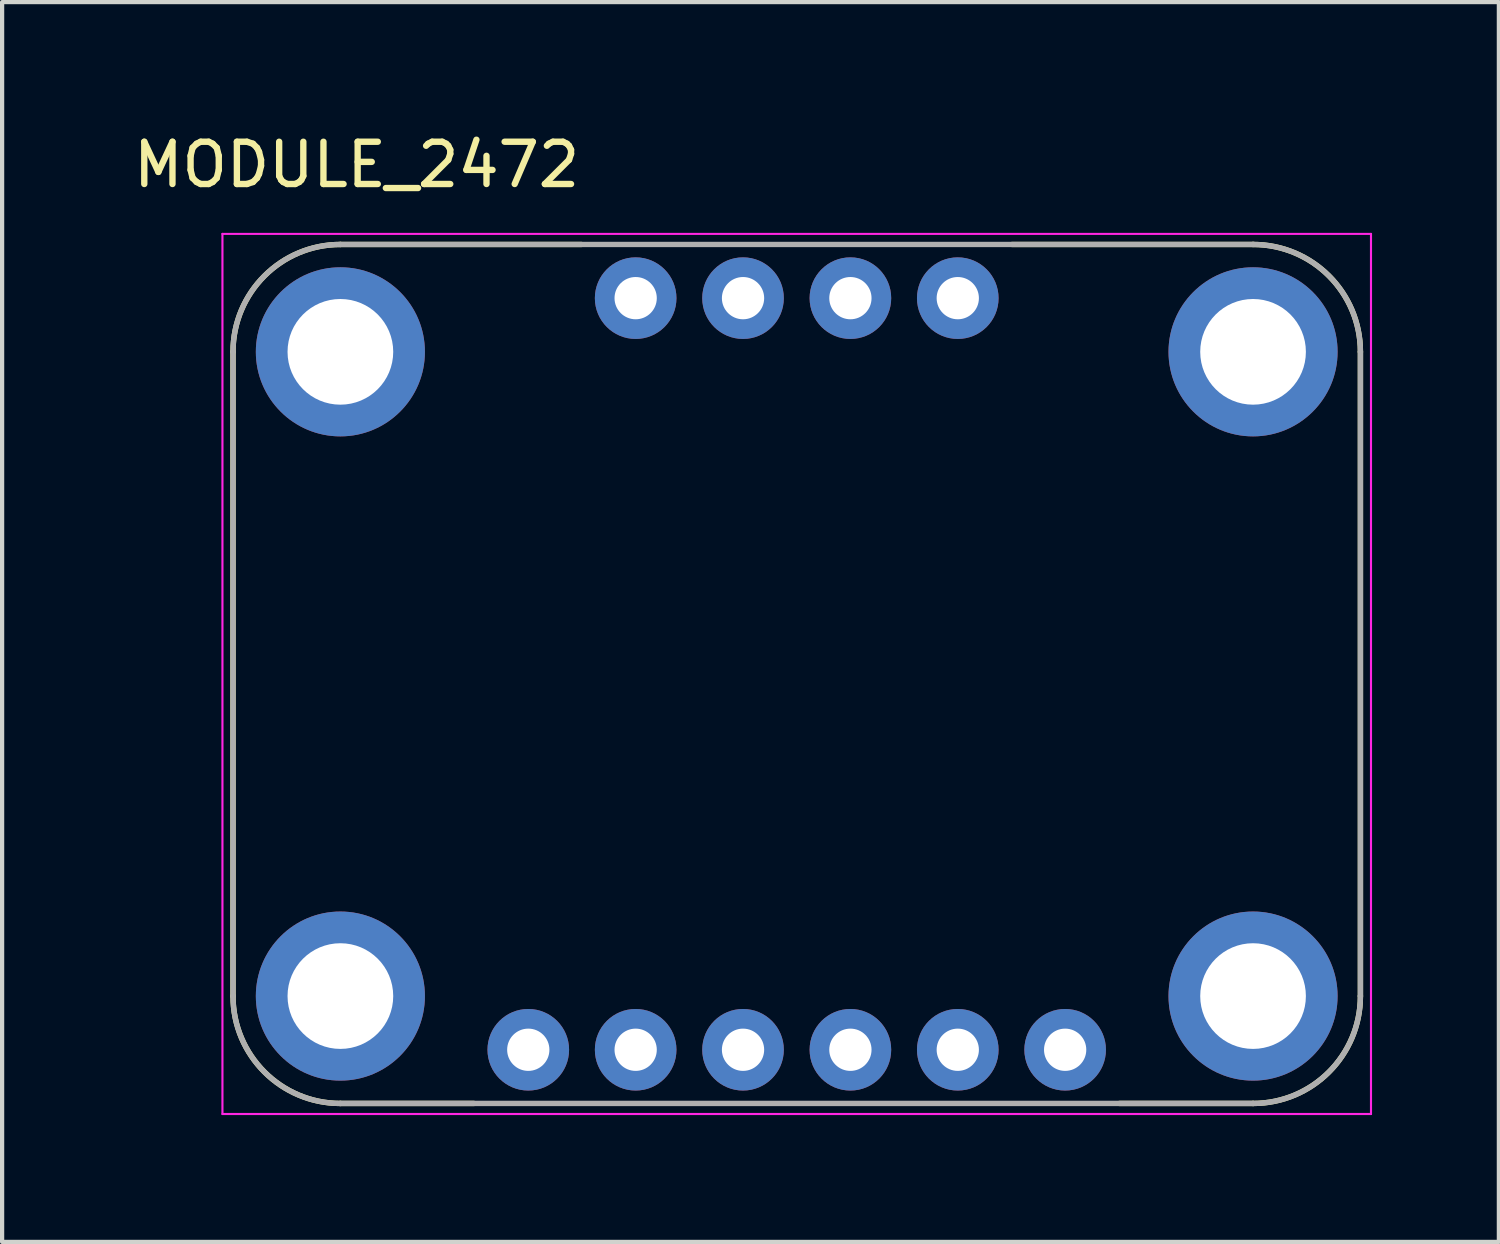
<source format=kicad_pcb>
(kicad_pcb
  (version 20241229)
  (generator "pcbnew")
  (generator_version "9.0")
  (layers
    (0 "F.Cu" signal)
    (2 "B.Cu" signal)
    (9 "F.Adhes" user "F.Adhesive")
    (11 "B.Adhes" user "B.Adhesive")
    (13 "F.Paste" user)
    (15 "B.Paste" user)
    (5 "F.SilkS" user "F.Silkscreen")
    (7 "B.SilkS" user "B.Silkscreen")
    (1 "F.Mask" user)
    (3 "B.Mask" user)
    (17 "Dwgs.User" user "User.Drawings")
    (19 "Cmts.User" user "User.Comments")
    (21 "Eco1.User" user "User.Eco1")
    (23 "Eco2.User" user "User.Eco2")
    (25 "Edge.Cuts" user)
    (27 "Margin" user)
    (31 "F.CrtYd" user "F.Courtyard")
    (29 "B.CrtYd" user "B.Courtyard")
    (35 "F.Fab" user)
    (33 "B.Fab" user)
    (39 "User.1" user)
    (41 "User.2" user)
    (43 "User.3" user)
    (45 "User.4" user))
  (footprint "MODULE_2472"
    (layer "F.Cu")
    (at 15.797 12.893)
    (property "Reference" "MODULE_2472" (at -10.41 -12.045 0) (layer "F.SilkS") (effects (font (size 1 1) (thickness 0.15))))
    (attr through_hole)
    (fp_line (start -13.335 7.62) (end -13.335 -7.62) (stroke (width 0.127) (type solid)) (layer "F.SilkS"))
    (fp_line (start -10.795 -10.16) (end -5.095 -10.16) (stroke (width 0.127) (type solid)) (layer "F.SilkS"))
    (fp_line (start -7.635 10.16) (end -10.795 10.16) (stroke (width 0.127) (type solid)) (layer "F.SilkS"))
    (fp_line (start 5.095 -10.16) (end 10.795 -10.16) (stroke (width 0.127) (type solid)) (layer "F.SilkS"))
    (fp_line (start 10.795 10.16) (end 7.635 10.16) (stroke (width 0.127) (type solid)) (layer "F.SilkS"))
    (fp_line (start 13.335 -7.62) (end 13.335 7.62) (stroke (width 0.127) (type solid)) (layer "F.SilkS"))
    (fp_arc (start -13.335 -7.62) (mid -12.591051 -9.416051) (end -10.795 -10.16) (stroke (width 0.127) (type solid)) (layer "F.SilkS"))
    (fp_arc (start -10.795 10.16) (mid -12.591051 9.416051) (end -13.335 7.62) (stroke (width 0.127) (type solid)) (layer "F.SilkS"))
    (fp_arc (start 10.795 -10.16) (mid 12.591051 -9.416051) (end 13.335 -7.62) (stroke (width 0.127) (type solid)) (layer "F.SilkS"))
    (fp_arc (start 13.335 7.62) (mid 12.591051 9.416051) (end 10.795 10.16) (stroke (width 0.127) (type solid)) (layer "F.SilkS"))
    (fp_line (start -13.585 -10.41) (end -13.585 10.41) (stroke (width 0.05) (type solid)) (layer "F.CrtYd"))
    (fp_line (start -13.585 10.41) (end 13.585 10.41) (stroke (width 0.05) (type solid)) (layer "F.CrtYd"))
    (fp_line (start 13.585 -10.41) (end -13.585 -10.41) (stroke (width 0.05) (type solid)) (layer "F.CrtYd"))
    (fp_line (start 13.585 10.41) (end 13.585 -10.41) (stroke (width 0.05) (type solid)) (layer "F.CrtYd"))
    (fp_line (start -13.335 7.62) (end -13.335 -7.62) (stroke (width 0.127) (type solid)) (layer "F.Fab"))
    (fp_line (start -10.795 -10.16) (end 10.795 -10.16) (stroke (width 0.127) (type solid)) (layer "F.Fab"))
    (fp_line (start 10.795 10.16) (end -10.795 10.16) (stroke (width 0.127) (type solid)) (layer "F.Fab"))
    (fp_line (start 13.335 -7.62) (end 13.335 7.62) (stroke (width 0.127) (type solid)) (layer "F.Fab"))
    (fp_arc (start -13.335 -7.62) (mid -12.591051 -9.416051) (end -10.795 -10.16) (stroke (width 0.127) (type solid)) (layer "F.Fab"))
    (fp_arc (start -10.795 10.16) (mid -12.591051 9.416051) (end -13.335 7.62) (stroke (width 0.127) (type solid)) (layer "F.Fab"))
    (fp_arc (start 10.795 -10.16) (mid 12.591051 -9.416051) (end 13.335 -7.62) (stroke (width 0.127) (type solid)) (layer "F.Fab"))
    (fp_arc (start 13.335 7.62) (mid 12.591051 9.416051) (end 10.795 10.16) (stroke (width 0.127) (type solid)) (layer "F.Fab"))
    (pad "1" thru_hole circle (at -6.35 8.89) (size 1.93 1.93) (drill 1) (layers "*.Cu" "*.Mask"))
    (pad "2" thru_hole circle (at -3.81 8.89) (size 1.93 1.93) (drill 1) (layers "*.Cu" "*.Mask"))
    (pad "3" thru_hole circle (at -1.27 8.89) (size 1.93 1.93) (drill 1) (layers "*.Cu" "*.Mask"))
    (pad "4" thru_hole circle (at 1.27 8.89) (size 1.93 1.93) (drill 1) (layers "*.Cu" "*.Mask"))
    (pad "5" thru_hole circle (at 3.81 8.89) (size 1.93 1.93) (drill 1) (layers "*.Cu" "*.Mask"))
    (pad "6" thru_hole circle (at 6.35 8.89) (size 1.93 1.93) (drill 1) (layers "*.Cu" "*.Mask"))
    (pad "7" thru_hole circle (at 3.81 -8.89) (size 1.93 1.93) (drill 1) (layers "*.Cu" "*.Mask"))
    (pad "8" thru_hole circle (at 1.27 -8.89) (size 1.93 1.93) (drill 1) (layers "*.Cu" "*.Mask"))
    (pad "9" thru_hole circle (at -1.27 -8.89) (size 1.93 1.93) (drill 1) (layers "*.Cu" "*.Mask"))
    (pad "10" thru_hole circle (at -3.81 -8.89) (size 1.93 1.93) (drill 1) (layers "*.Cu" "*.Mask"))
    (pad "SH1" thru_hole circle (at -10.795 7.62) (size 4 4) (drill 2.5) (layers "*.Cu" "*.Mask"))
    (pad "SH2" thru_hole circle (at 10.795 7.62) (size 4 4) (drill 2.5) (layers "*.Cu" "*.Mask"))
    (pad "SH3" thru_hole circle (at 10.795 -7.62) (size 4 4) (drill 2.5) (layers "*.Cu" "*.Mask"))
    (pad "SH4" thru_hole circle (at -10.795 -7.62) (size 4 4) (drill 2.5) (layers "*.Cu" "*.Mask")))
  (gr_rect
    (start -3 -3)
    (end 32.407 26.328)
    (stroke (width 0.1) (type default))
    (fill no)
    (layer "Edge.Cuts")))
</source>
